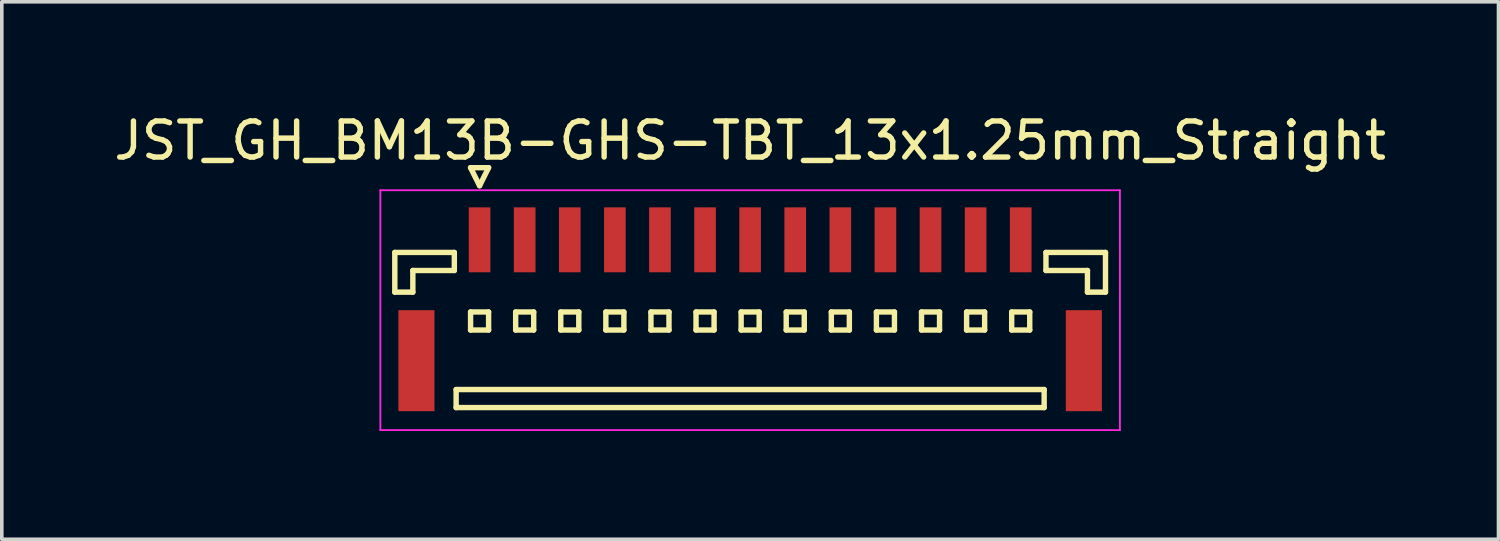
<source format=kicad_pcb>
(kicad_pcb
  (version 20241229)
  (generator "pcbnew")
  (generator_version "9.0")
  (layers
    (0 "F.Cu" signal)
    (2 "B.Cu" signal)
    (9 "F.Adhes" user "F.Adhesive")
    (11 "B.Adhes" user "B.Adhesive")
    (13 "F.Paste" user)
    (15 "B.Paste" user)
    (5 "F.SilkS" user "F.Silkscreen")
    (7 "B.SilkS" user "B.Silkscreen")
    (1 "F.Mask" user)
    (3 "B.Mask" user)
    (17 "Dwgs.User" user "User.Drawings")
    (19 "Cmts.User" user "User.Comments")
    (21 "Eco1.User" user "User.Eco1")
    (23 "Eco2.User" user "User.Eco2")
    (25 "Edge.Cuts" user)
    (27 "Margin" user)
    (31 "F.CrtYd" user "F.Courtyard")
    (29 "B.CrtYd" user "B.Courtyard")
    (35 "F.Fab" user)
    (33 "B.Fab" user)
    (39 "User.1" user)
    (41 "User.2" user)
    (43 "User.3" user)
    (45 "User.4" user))
  (footprint "JST_GH_BM13B-GHS-TBT_13x1.25mm_Straight"
    (layer "F.Cu")
    (at 17.744 5.273)
    (property "Reference" "JST_GH_BM13B-GHS-TBT_13x1.25mm_Straight" (at 0 -4.425 0) (layer "F.SilkS") (effects (font (size 1 1) (thickness 0.15))))
    (attr smd)
    (fp_line (start -9.85 -1.325) (end -8.2 -1.325) (stroke (width 0.15) (type solid)) (layer "F.SilkS"))
    (fp_line (start -9.85 -0.225) (end -9.85 -1.325) (stroke (width 0.15) (type solid)) (layer "F.SilkS"))
    (fp_line (start -9.35 -0.825) (end -9.35 -0.225) (stroke (width 0.15) (type solid)) (layer "F.SilkS"))
    (fp_line (start -9.35 -0.225) (end -9.85 -0.225) (stroke (width 0.15) (type solid)) (layer "F.SilkS"))
    (fp_line (start -8.2 -1.325) (end -8.2 -0.825) (stroke (width 0.15) (type solid)) (layer "F.SilkS"))
    (fp_line (start -8.2 -0.825) (end -9.35 -0.825) (stroke (width 0.15) (type solid)) (layer "F.SilkS"))
    (fp_line (start -8.15 2.475) (end -8.15 2.975) (stroke (width 0.15) (type solid)) (layer "F.SilkS"))
    (fp_line (start -8.15 2.975) (end 8.15 2.975) (stroke (width 0.15) (type solid)) (layer "F.SilkS"))
    (fp_line (start -7.75 -3.675) (end -7.25 -3.675) (stroke (width 0.15) (type solid)) (layer "F.SilkS"))
    (fp_line (start -7.75 0.325) (end -7.75 0.825) (stroke (width 0.15) (type solid)) (layer "F.SilkS"))
    (fp_line (start -7.75 0.825) (end -7.25 0.825) (stroke (width 0.15) (type solid)) (layer "F.SilkS"))
    (fp_line (start -7.5 -3.175) (end -7.75 -3.675) (stroke (width 0.15) (type solid)) (layer "F.SilkS"))
    (fp_line (start -7.25 -3.675) (end -7.5 -3.175) (stroke (width 0.15) (type solid)) (layer "F.SilkS"))
    (fp_line (start -7.25 0.325) (end -7.75 0.325) (stroke (width 0.15) (type solid)) (layer "F.SilkS"))
    (fp_line (start -7.25 0.825) (end -7.25 0.325) (stroke (width 0.15) (type solid)) (layer "F.SilkS"))
    (fp_line (start -6.5 0.325) (end -6.5 0.825) (stroke (width 0.15) (type solid)) (layer "F.SilkS"))
    (fp_line (start -6.5 0.825) (end -6 0.825) (stroke (width 0.15) (type solid)) (layer "F.SilkS"))
    (fp_line (start -6 0.325) (end -6.5 0.325) (stroke (width 0.15) (type solid)) (layer "F.SilkS"))
    (fp_line (start -6 0.825) (end -6 0.325) (stroke (width 0.15) (type solid)) (layer "F.SilkS"))
    (fp_line (start -5.25 0.325) (end -5.25 0.825) (stroke (width 0.15) (type solid)) (layer "F.SilkS"))
    (fp_line (start -5.25 0.825) (end -4.75 0.825) (stroke (width 0.15) (type solid)) (layer "F.SilkS"))
    (fp_line (start -4.75 0.325) (end -5.25 0.325) (stroke (width 0.15) (type solid)) (layer "F.SilkS"))
    (fp_line (start -4.75 0.825) (end -4.75 0.325) (stroke (width 0.15) (type solid)) (layer "F.SilkS"))
    (fp_line (start -4 0.325) (end -4 0.825) (stroke (width 0.15) (type solid)) (layer "F.SilkS"))
    (fp_line (start -4 0.825) (end -3.5 0.825) (stroke (width 0.15) (type solid)) (layer "F.SilkS"))
    (fp_line (start -3.5 0.325) (end -4 0.325) (stroke (width 0.15) (type solid)) (layer "F.SilkS"))
    (fp_line (start -3.5 0.825) (end -3.5 0.325) (stroke (width 0.15) (type solid)) (layer "F.SilkS"))
    (fp_line (start -2.75 0.325) (end -2.75 0.825) (stroke (width 0.15) (type solid)) (layer "F.SilkS"))
    (fp_line (start -2.75 0.825) (end -2.25 0.825) (stroke (width 0.15) (type solid)) (layer "F.SilkS"))
    (fp_line (start -2.25 0.325) (end -2.75 0.325) (stroke (width 0.15) (type solid)) (layer "F.SilkS"))
    (fp_line (start -2.25 0.825) (end -2.25 0.325) (stroke (width 0.15) (type solid)) (layer "F.SilkS"))
    (fp_line (start -1.5 0.325) (end -1.5 0.825) (stroke (width 0.15) (type solid)) (layer "F.SilkS"))
    (fp_line (start -1.5 0.825) (end -1 0.825) (stroke (width 0.15) (type solid)) (layer "F.SilkS"))
    (fp_line (start -1 0.325) (end -1.5 0.325) (stroke (width 0.15) (type solid)) (layer "F.SilkS"))
    (fp_line (start -1 0.825) (end -1 0.325) (stroke (width 0.15) (type solid)) (layer "F.SilkS"))
    (fp_line (start -0.25 0.325) (end -0.25 0.825) (stroke (width 0.15) (type solid)) (layer "F.SilkS"))
    (fp_line (start -0.25 0.825) (end 0.25 0.825) (stroke (width 0.15) (type solid)) (layer "F.SilkS"))
    (fp_line (start 0.25 0.325) (end -0.25 0.325) (stroke (width 0.15) (type solid)) (layer "F.SilkS"))
    (fp_line (start 0.25 0.825) (end 0.25 0.325) (stroke (width 0.15) (type solid)) (layer "F.SilkS"))
    (fp_line (start 1 0.325) (end 1 0.825) (stroke (width 0.15) (type solid)) (layer "F.SilkS"))
    (fp_line (start 1 0.825) (end 1.5 0.825) (stroke (width 0.15) (type solid)) (layer "F.SilkS"))
    (fp_line (start 1.5 0.325) (end 1 0.325) (stroke (width 0.15) (type solid)) (layer "F.SilkS"))
    (fp_line (start 1.5 0.825) (end 1.5 0.325) (stroke (width 0.15) (type solid)) (layer "F.SilkS"))
    (fp_line (start 2.25 0.325) (end 2.25 0.825) (stroke (width 0.15) (type solid)) (layer "F.SilkS"))
    (fp_line (start 2.25 0.825) (end 2.75 0.825) (stroke (width 0.15) (type solid)) (layer "F.SilkS"))
    (fp_line (start 2.75 0.325) (end 2.25 0.325) (stroke (width 0.15) (type solid)) (layer "F.SilkS"))
    (fp_line (start 2.75 0.825) (end 2.75 0.325) (stroke (width 0.15) (type solid)) (layer "F.SilkS"))
    (fp_line (start 3.5 0.325) (end 3.5 0.825) (stroke (width 0.15) (type solid)) (layer "F.SilkS"))
    (fp_line (start 3.5 0.825) (end 4 0.825) (stroke (width 0.15) (type solid)) (layer "F.SilkS"))
    (fp_line (start 4 0.325) (end 3.5 0.325) (stroke (width 0.15) (type solid)) (layer "F.SilkS"))
    (fp_line (start 4 0.825) (end 4 0.325) (stroke (width 0.15) (type solid)) (layer "F.SilkS"))
    (fp_line (start 4.75 0.325) (end 4.75 0.825) (stroke (width 0.15) (type solid)) (layer "F.SilkS"))
    (fp_line (start 4.75 0.825) (end 5.25 0.825) (stroke (width 0.15) (type solid)) (layer "F.SilkS"))
    (fp_line (start 5.25 0.325) (end 4.75 0.325) (stroke (width 0.15) (type solid)) (layer "F.SilkS"))
    (fp_line (start 5.25 0.825) (end 5.25 0.325) (stroke (width 0.15) (type solid)) (layer "F.SilkS"))
    (fp_line (start 6 0.325) (end 6 0.825) (stroke (width 0.15) (type solid)) (layer "F.SilkS"))
    (fp_line (start 6 0.825) (end 6.5 0.825) (stroke (width 0.15) (type solid)) (layer "F.SilkS"))
    (fp_line (start 6.5 0.325) (end 6 0.325) (stroke (width 0.15) (type solid)) (layer "F.SilkS"))
    (fp_line (start 6.5 0.825) (end 6.5 0.325) (stroke (width 0.15) (type solid)) (layer "F.SilkS"))
    (fp_line (start 7.25 0.325) (end 7.25 0.825) (stroke (width 0.15) (type solid)) (layer "F.SilkS"))
    (fp_line (start 7.25 0.825) (end 7.75 0.825) (stroke (width 0.15) (type solid)) (layer "F.SilkS"))
    (fp_line (start 7.75 0.325) (end 7.25 0.325) (stroke (width 0.15) (type solid)) (layer "F.SilkS"))
    (fp_line (start 7.75 0.825) (end 7.75 0.325) (stroke (width 0.15) (type solid)) (layer "F.SilkS"))
    (fp_line (start 8.15 2.475) (end -8.15 2.475) (stroke (width 0.15) (type solid)) (layer "F.SilkS"))
    (fp_line (start 8.15 2.975) (end 8.15 2.475) (stroke (width 0.15) (type solid)) (layer "F.SilkS"))
    (fp_line (start 8.2 -1.325) (end 8.2 -0.825) (stroke (width 0.15) (type solid)) (layer "F.SilkS"))
    (fp_line (start 8.2 -0.825) (end 9.35 -0.825) (stroke (width 0.15) (type solid)) (layer "F.SilkS"))
    (fp_line (start 9.35 -0.825) (end 9.35 -0.225) (stroke (width 0.15) (type solid)) (layer "F.SilkS"))
    (fp_line (start 9.35 -0.225) (end 9.85 -0.225) (stroke (width 0.15) (type solid)) (layer "F.SilkS"))
    (fp_line (start 9.85 -1.325) (end 8.2 -1.325) (stroke (width 0.15) (type solid)) (layer "F.SilkS"))
    (fp_line (start 9.85 -0.225) (end 9.85 -1.325) (stroke (width 0.15) (type solid)) (layer "F.SilkS"))
    (fp_line (start -10.25 -3.05) (end -10.25 3.6) (stroke (width 0.05) (type solid)) (layer "F.CrtYd"))
    (fp_line (start -10.25 3.6) (end 10.25 3.6) (stroke (width 0.05) (type solid)) (layer "F.CrtYd"))
    (fp_line (start 10.25 -3.05) (end -10.25 -3.05) (stroke (width 0.05) (type solid)) (layer "F.CrtYd"))
    (fp_line (start 10.25 3.6) (end 10.25 -3.05) (stroke (width 0.05) (type solid)) (layer "F.CrtYd"))
    (pad "" smd rect (at -9.25 1.675) (size 1 2.8) (layers "F.Cu" "F.Mask" "F.Paste"))
    (pad "" smd rect (at 9.25 1.675) (size 1 2.8) (layers "F.Cu" "F.Mask" "F.Paste"))
    (pad "1" smd rect (at -7.5 -1.675) (size 0.6 1.8) (layers "F.Cu" "F.Mask" "F.Paste"))
    (pad "2" smd rect (at -6.25 -1.675) (size 0.6 1.8) (layers "F.Cu" "F.Mask" "F.Paste"))
    (pad "3" smd rect (at -5 -1.675) (size 0.6 1.8) (layers "F.Cu" "F.Mask" "F.Paste"))
    (pad "4" smd rect (at -3.75 -1.675) (size 0.6 1.8) (layers "F.Cu" "F.Mask" "F.Paste"))
    (pad "5" smd rect (at -2.5 -1.675) (size 0.6 1.8) (layers "F.Cu" "F.Mask" "F.Paste"))
    (pad "6" smd rect (at -1.25 -1.675) (size 0.6 1.8) (layers "F.Cu" "F.Mask" "F.Paste"))
    (pad "7" smd rect (at 0 -1.675) (size 0.6 1.8) (layers "F.Cu" "F.Mask" "F.Paste"))
    (pad "8" smd rect (at 1.25 -1.675) (size 0.6 1.8) (layers "F.Cu" "F.Mask" "F.Paste"))
    (pad "9" smd rect (at 2.5 -1.675) (size 0.6 1.8) (layers "F.Cu" "F.Mask" "F.Paste"))
    (pad "10" smd rect (at 3.75 -1.675) (size 0.6 1.8) (layers "F.Cu" "F.Mask" "F.Paste"))
    (pad "11" smd rect (at 5 -1.675) (size 0.6 1.8) (layers "F.Cu" "F.Mask" "F.Paste"))
    (pad "12" smd rect (at 6.25 -1.675) (size 0.6 1.8) (layers "F.Cu" "F.Mask" "F.Paste"))
    (pad "13" smd rect (at 7.5 -1.675) (size 0.6 1.8) (layers "F.Cu" "F.Mask" "F.Paste")))
  (gr_rect
    (start -3 -3)
    (end 38.488 11.898)
    (stroke (width 0.1) (type default))
    (fill no)
    (layer "Edge.Cuts")))
</source>
